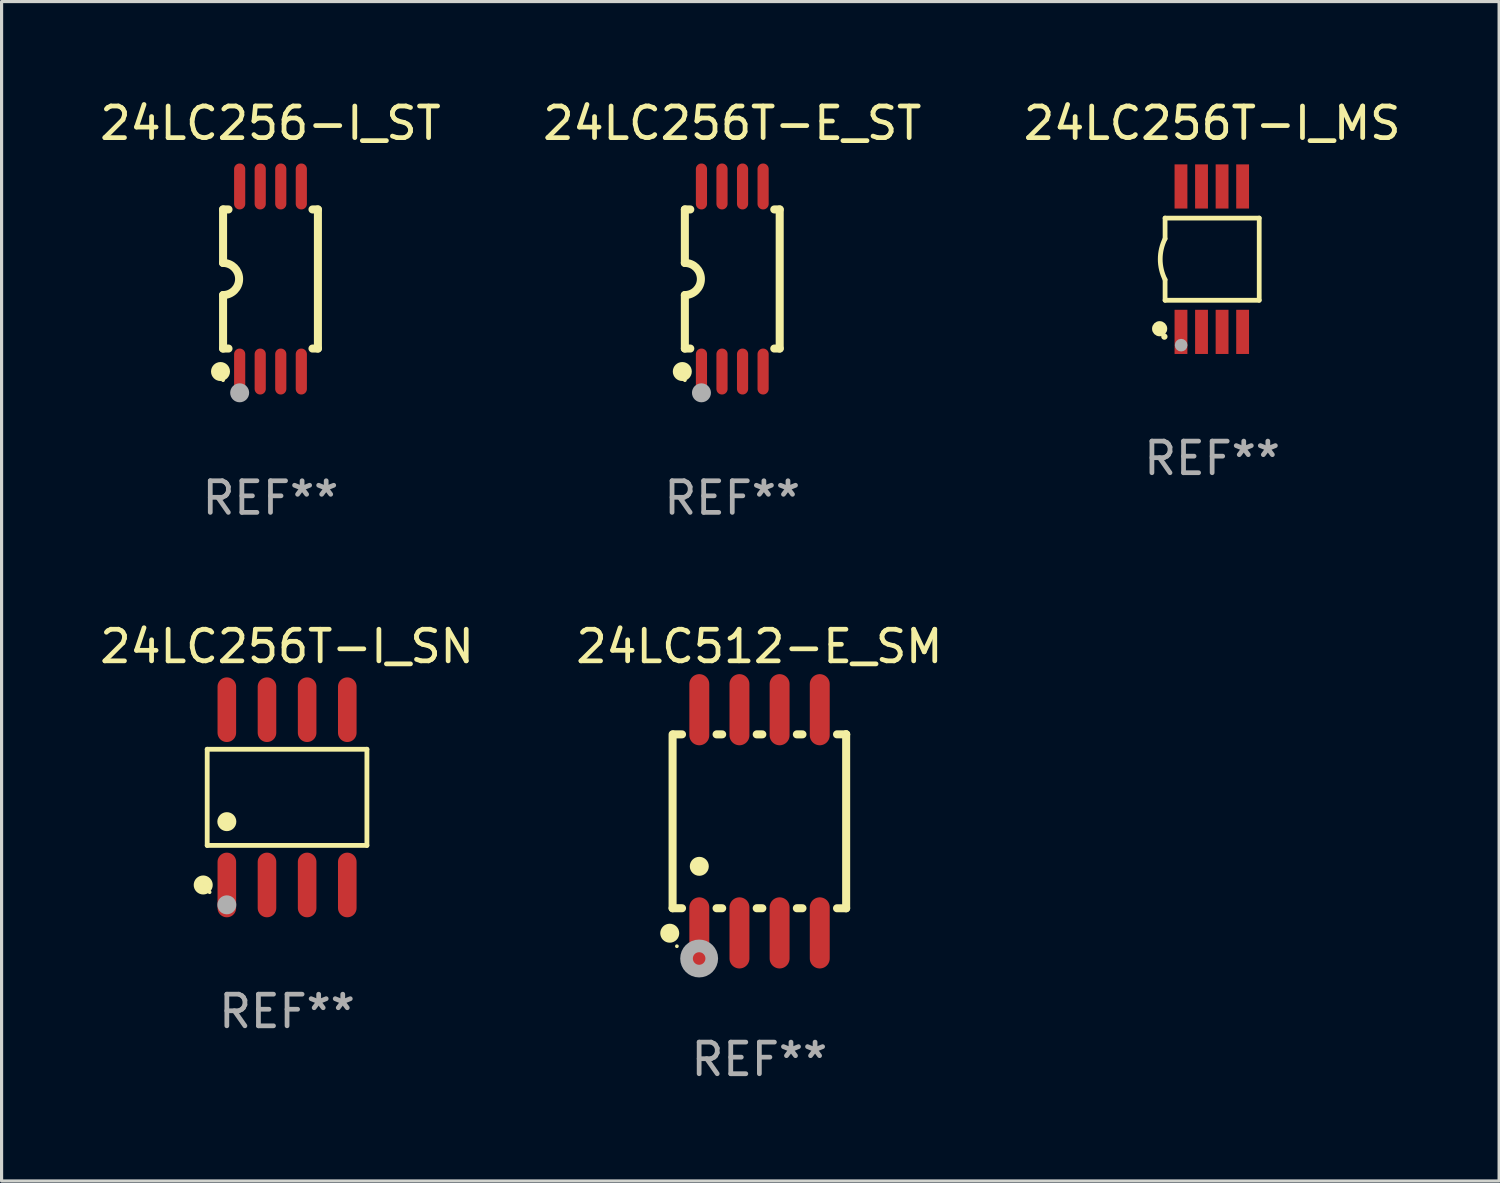
<source format=kicad_pcb>
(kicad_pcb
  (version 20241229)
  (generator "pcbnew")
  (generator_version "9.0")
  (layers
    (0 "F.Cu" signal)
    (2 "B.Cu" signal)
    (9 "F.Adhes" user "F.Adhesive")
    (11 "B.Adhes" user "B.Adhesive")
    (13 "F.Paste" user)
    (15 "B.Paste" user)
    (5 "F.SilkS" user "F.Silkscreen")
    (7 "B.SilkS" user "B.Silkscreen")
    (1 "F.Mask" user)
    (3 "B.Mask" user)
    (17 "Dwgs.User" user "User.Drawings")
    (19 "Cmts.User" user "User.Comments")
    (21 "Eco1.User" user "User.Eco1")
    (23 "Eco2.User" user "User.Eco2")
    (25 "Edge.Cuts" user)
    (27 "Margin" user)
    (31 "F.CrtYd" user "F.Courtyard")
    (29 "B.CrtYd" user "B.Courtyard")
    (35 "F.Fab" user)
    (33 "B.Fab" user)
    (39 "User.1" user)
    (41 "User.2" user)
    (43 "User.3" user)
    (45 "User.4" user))
  (footprint "24LC256-I_ST"
    (layer "F.Cu")
    (at 5.506 5.775)
    (property "Reference" "24LC256-I_ST" (at 0 -4.927 0) (layer "F.SilkS") (effects (font (size 1 1) (thickness 0.15))))
    (attr through_hole)
    (fp_line (start -1.5 -2.2) (end -1.5 -0.508) (stroke (width 0.254) (type solid)) (layer "F.SilkS"))
    (fp_line (start -1.5 -2.2) (end -1.328 -2.2) (stroke (width 0.254) (type solid)) (layer "F.SilkS"))
    (fp_line (start -1.5 2.2) (end -1.5 0.508) (stroke (width 0.254) (type solid)) (layer "F.SilkS"))
    (fp_line (start -1.5 2.2) (end -1.328 2.2) (stroke (width 0.254) (type solid)) (layer "F.SilkS"))
    (fp_line (start 1.328 -2.2) (end 1.5 -2.2) (stroke (width 0.254) (type solid)) (layer "F.SilkS"))
    (fp_line (start 1.328 2.2) (end 1.5 2.2) (stroke (width 0.254) (type solid)) (layer "F.SilkS"))
    (fp_line (start 1.5 -2.2) (end 1.5 2.2) (stroke (width 0.254) (type solid)) (layer "F.SilkS"))
    (fp_arc (start -1.501144 -0.508) (mid -0.993143 -0.000571) (end -1.5 0.508001) (stroke (width 0.254001) (type solid)) (layer "F.SilkS"))
    (fp_circle (center -1.581 2.927) (end -1.431 2.927) (stroke (width 0.3) (type solid)) (fill no) (layer "F.SilkS"))
    (fp_circle (center -1.5 3.2) (end -1.47 3.2) (stroke (width 0.06) (type solid)) (fill no) (layer "F.SilkS"))
    (fp_circle (center -0.975 3.6) (end -0.825 3.6) (stroke (width 0.3) (type solid)) (fill no) (layer "F.Fab"))
    (fp_text user "REF**" (at 0 6.927 0) (layer "F.Fab") (effects (font (size 1 1) (thickness 0.15))))
    (pad "1" smd oval (at -0.975 2.927) (size 0.353 1.454) (layers "F.Cu" "F.Mask" "F.Paste"))
    (pad "2" smd oval (at -0.325 2.927) (size 0.353 1.454) (layers "F.Cu" "F.Mask" "F.Paste"))
    (pad "3" smd oval (at 0.325 2.927) (size 0.353 1.454) (layers "F.Cu" "F.Mask" "F.Paste"))
    (pad "4" smd oval (at 0.975 2.927) (size 0.353 1.454) (layers "F.Cu" "F.Mask" "F.Paste"))
    (pad "5" smd oval (at 0.975 -2.927) (size 0.353 1.454) (layers "F.Cu" "F.Mask" "F.Paste"))
    (pad "6" smd oval (at 0.325 -2.927) (size 0.353 1.454) (layers "F.Cu" "F.Mask" "F.Paste"))
    (pad "7" smd oval (at -0.325 -2.927) (size 0.353 1.454) (layers "F.Cu" "F.Mask" "F.Paste"))
    (pad "8" smd oval (at -0.975 -2.927) (size 0.353 1.454) (layers "F.Cu" "F.Mask" "F.Paste")))
  (footprint "24LC256T-E_ST"
    (layer "F.Cu")
    (at 20.113 5.775)
    (property "Reference" "24LC256T-E_ST" (at 0 -4.927 0) (layer "F.SilkS") (effects (font (size 1 1) (thickness 0.15))))
    (attr through_hole)
    (fp_line (start -1.5 -2.2) (end -1.5 -0.508) (stroke (width 0.254) (type solid)) (layer "F.SilkS"))
    (fp_line (start -1.5 -2.2) (end -1.328 -2.2) (stroke (width 0.254) (type solid)) (layer "F.SilkS"))
    (fp_line (start -1.5 2.2) (end -1.5 0.508) (stroke (width 0.254) (type solid)) (layer "F.SilkS"))
    (fp_line (start -1.5 2.2) (end -1.328 2.2) (stroke (width 0.254) (type solid)) (layer "F.SilkS"))
    (fp_line (start 1.328 -2.2) (end 1.5 -2.2) (stroke (width 0.254) (type solid)) (layer "F.SilkS"))
    (fp_line (start 1.328 2.2) (end 1.5 2.2) (stroke (width 0.254) (type solid)) (layer "F.SilkS"))
    (fp_line (start 1.5 -2.2) (end 1.5 2.2) (stroke (width 0.254) (type solid)) (layer "F.SilkS"))
    (fp_arc (start -1.501144 -0.508) (mid -0.993143 -0.000571) (end -1.5 0.508001) (stroke (width 0.254001) (type solid)) (layer "F.SilkS"))
    (fp_circle (center -1.581 2.927) (end -1.431 2.927) (stroke (width 0.3) (type solid)) (fill no) (layer "F.SilkS"))
    (fp_circle (center -1.5 3.2) (end -1.47 3.2) (stroke (width 0.06) (type solid)) (fill no) (layer "F.SilkS"))
    (fp_circle (center -0.975 3.6) (end -0.825 3.6) (stroke (width 0.3) (type solid)) (fill no) (layer "F.Fab"))
    (fp_text user "REF**" (at 0 6.927 0) (layer "F.Fab") (effects (font (size 1 1) (thickness 0.15))))
    (pad "1" smd oval (at -0.975 2.927) (size 0.353 1.454) (layers "F.Cu" "F.Mask" "F.Paste"))
    (pad "2" smd oval (at -0.325 2.927) (size 0.353 1.454) (layers "F.Cu" "F.Mask" "F.Paste"))
    (pad "3" smd oval (at 0.325 2.927) (size 0.353 1.454) (layers "F.Cu" "F.Mask" "F.Paste"))
    (pad "4" smd oval (at 0.975 2.927) (size 0.353 1.454) (layers "F.Cu" "F.Mask" "F.Paste"))
    (pad "5" smd oval (at 0.975 -2.927) (size 0.353 1.454) (layers "F.Cu" "F.Mask" "F.Paste"))
    (pad "6" smd oval (at 0.325 -2.927) (size 0.353 1.454) (layers "F.Cu" "F.Mask" "F.Paste"))
    (pad "7" smd oval (at -0.325 -2.927) (size 0.353 1.454) (layers "F.Cu" "F.Mask" "F.Paste"))
    (pad "8" smd oval (at -0.975 -2.927) (size 0.353 1.454) (layers "F.Cu" "F.Mask" "F.Paste")))
  (footprint "24LC256T-I_MS"
    (layer "F.Cu")
    (at 35.292 5.148)
    (property "Reference" "24LC256T-I_MS" (at 0 -4.3 0) (layer "F.SilkS") (effects (font (size 1 1) (thickness 0.15))))
    (attr through_hole)
    (fp_line (start -1.489 -1.3) (end -1.489 -0.648) (stroke (width 0.15) (type solid)) (layer "F.SilkS"))
    (fp_line (start -1.489 0.648) (end -1.489 1.3) (stroke (width 0.15) (type solid)) (layer "F.SilkS"))
    (fp_line (start -1.489 1.3) (end 1.489 1.3) (stroke (width 0.15) (type solid)) (layer "F.SilkS"))
    (fp_line (start 1.489 -1.3) (end -1.489 -1.3) (stroke (width 0.15) (type solid)) (layer "F.SilkS"))
    (fp_line (start 1.489 1.3) (end 1.489 -1.3) (stroke (width 0.15) (type solid)) (layer "F.SilkS"))
    (fp_arc (start -1.489205 0.647702) (mid -1.642107 0) (end -1.489205 -0.647701) (stroke (width 0.150013) (type solid)) (layer "F.SilkS"))
    (fp_circle (center -1.661 2.2) (end -1.541 2.2) (stroke (width 0.24) (type solid)) (fill no) (layer "F.SilkS"))
    (fp_circle (center -1.511 2.45) (end -1.461 2.45) (stroke (width 0.1) (type solid)) (fill no) (layer "F.SilkS"))
    (fp_circle (center -0.981 2.72) (end -0.881 2.72) (stroke (width 0.2) (type solid)) (fill no) (layer "F.Fab"))
    (fp_text user "REF**" (at 0 6.3 0) (layer "F.Fab") (effects (font (size 1 1) (thickness 0.15))))
    (pad "1" smd rect (at -0.986 2.3) (size 0.406 1.397) (layers "F.Cu" "F.Mask" "F.Paste"))
    (pad "2" smd rect (at -0.336 2.3) (size 0.406 1.397) (layers "F.Cu" "F.Mask" "F.Paste"))
    (pad "3" smd rect (at 0.314 2.3) (size 0.406 1.397) (layers "F.Cu" "F.Mask" "F.Paste"))
    (pad "4" smd rect (at 0.964 2.3) (size 0.406 1.397) (layers "F.Cu" "F.Mask" "F.Paste"))
    (pad "5" smd rect (at 0.964 -2.3) (size 0.406 1.397) (layers "F.Cu" "F.Mask" "F.Paste"))
    (pad "6" smd rect (at 0.314 -2.3) (size 0.406 1.397) (layers "F.Cu" "F.Mask" "F.Paste"))
    (pad "7" smd rect (at -0.336 -2.3) (size 0.406 1.397) (layers "F.Cu" "F.Mask" "F.Paste"))
    (pad "8" smd rect (at -0.986 -2.3) (size 0.406 1.397) (layers "F.Cu" "F.Mask" "F.Paste")))
  (footprint "24LC256T-I_SN"
    (layer "F.Cu")
    (at 6.03 22.171)
    (property "Reference" "24LC256T-I_SN" (at 0 -4.772 0) (layer "F.SilkS") (effects (font (size 1 1) (thickness 0.15))))
    (attr through_hole)
    (fp_line (start -2.526 -1.521) (end 2.526 -1.521) (stroke (width 0.152) (type solid)) (layer "F.SilkS"))
    (fp_line (start -2.526 1.521) (end -2.526 -1.521) (stroke (width 0.152) (type solid)) (layer "F.SilkS"))
    (fp_line (start 2.526 -1.521) (end 2.526 1.521) (stroke (width 0.152) (type solid)) (layer "F.SilkS"))
    (fp_line (start 2.526 1.521) (end -2.526 1.521) (stroke (width 0.152) (type solid)) (layer "F.SilkS"))
    (fp_circle (center -2.652 2.772) (end -2.501 2.772) (stroke (width 0.3) (type solid)) (fill no) (layer "F.SilkS"))
    (fp_circle (center -2.45 3) (end -2.42 3) (stroke (width 0.06) (type solid)) (fill no) (layer "F.SilkS"))
    (fp_circle (center -1.905 0.769) (end -1.755 0.769) (stroke (width 0.3) (type solid)) (fill no) (layer "F.SilkS"))
    (fp_circle (center -1.905 3.4) (end -1.755 3.4) (stroke (width 0.3) (type solid)) (fill no) (layer "F.Fab"))
    (fp_text user "REF**" (at 0 6.772 0) (layer "F.Fab") (effects (font (size 1 1) (thickness 0.15))))
    (pad "1" smd oval (at -1.905 2.772) (size 0.588 2.045) (layers "F.Cu" "F.Mask" "F.Paste"))
    (pad "2" smd oval (at -0.635 2.772) (size 0.588 2.045) (layers "F.Cu" "F.Mask" "F.Paste"))
    (pad "3" smd oval (at 0.635 2.772) (size 0.588 2.045) (layers "F.Cu" "F.Mask" "F.Paste"))
    (pad "4" smd oval (at 1.905 2.772) (size 0.588 2.045) (layers "F.Cu" "F.Mask" "F.Paste"))
    (pad "5" smd oval (at 1.905 -2.772) (size 0.588 2.045) (layers "F.Cu" "F.Mask" "F.Paste"))
    (pad "6" smd oval (at 0.635 -2.772) (size 0.588 2.045) (layers "F.Cu" "F.Mask" "F.Paste"))
    (pad "7" smd oval (at -0.635 -2.772) (size 0.588 2.045) (layers "F.Cu" "F.Mask" "F.Paste"))
    (pad "8" smd oval (at -1.905 -2.772) (size 0.588 2.045) (layers "F.Cu" "F.Mask" "F.Paste")))
  (footprint "24LC512-E_SM"
    (layer "F.Cu")
    (at 20.97 22.929)
    (property "Reference" "24LC512-E_SM" (at 0 -5.53 0) (layer "F.SilkS") (effects (font (size 1 1) (thickness 0.15))))
    (attr through_hole)
    (fp_line (start -2.745 -2.75) (end -2.745 2.75) (stroke (width 0.254) (type solid)) (layer "F.SilkS"))
    (fp_line (start -2.745 2.75) (end -2.446 2.75) (stroke (width 0.254) (type solid)) (layer "F.SilkS"))
    (fp_line (start -2.446 -2.75) (end -2.725 -2.75) (stroke (width 0.254) (type solid)) (layer "F.SilkS"))
    (fp_line (start -1.354 2.75) (end -1.176 2.75) (stroke (width 0.254) (type solid)) (layer "F.SilkS"))
    (fp_line (start -1.176 -2.75) (end -1.354 -2.75) (stroke (width 0.254) (type solid)) (layer "F.SilkS"))
    (fp_line (start -0.084 2.75) (end 0.094 2.75) (stroke (width 0.254) (type solid)) (layer "F.SilkS"))
    (fp_line (start 0.094 -2.75) (end -0.084 -2.75) (stroke (width 0.254) (type solid)) (layer "F.SilkS"))
    (fp_line (start 1.186 2.75) (end 1.364 2.75) (stroke (width 0.254) (type solid)) (layer "F.SilkS"))
    (fp_line (start 1.364 -2.75) (end 1.186 -2.75) (stroke (width 0.254) (type solid)) (layer "F.SilkS"))
    (fp_line (start 2.456 2.751) (end 2.745 2.751) (stroke (width 0.254) (type solid)) (layer "F.SilkS"))
    (fp_line (start 2.745 -2.751) (end 2.456 -2.751) (stroke (width 0.254) (type solid)) (layer "F.SilkS"))
    (fp_line (start 2.745 -2.751) (end 2.745 -2.751) (stroke (width 0.254) (type solid)) (layer "F.SilkS"))
    (fp_line (start 2.745 2.751) (end 2.745 -2.751) (stroke (width 0.254) (type solid)) (layer "F.SilkS"))
    (fp_circle (center -2.835 3.54) (end -2.685 3.54) (stroke (width 0.3) (type solid)) (fill no) (layer "F.SilkS"))
    (fp_circle (center -2.61 3.95) (end -2.58 3.95) (stroke (width 0.06) (type solid)) (fill no) (layer "F.SilkS"))
    (fp_circle (center -1.9 1.424) (end -1.75 1.424) (stroke (width 0.3) (type solid)) (fill no) (layer "F.SilkS"))
    (fp_circle (center -1.905 4.34) (end -1.706 4.34) (stroke (width 0.4) (type solid)) (fill no) (layer "F.Fab"))
    (fp_text user "REF**" (at 0 7.53 0) (layer "F.Fab") (effects (font (size 1 1) (thickness 0.15))))
    (pad "1" smd oval (at -1.9 3.53) (size 0.63 2.25) (layers "F.Cu" "F.Mask" "F.Paste"))
    (pad "2" smd oval (at -0.63 3.53) (size 0.63 2.25) (layers "F.Cu" "F.Mask" "F.Paste"))
    (pad "3" smd oval (at 0.64 3.53) (size 0.63 2.25) (layers "F.Cu" "F.Mask" "F.Paste"))
    (pad "4" smd oval (at 1.91 3.53) (size 0.63 2.25) (layers "F.Cu" "F.Mask" "F.Paste"))
    (pad "5" smd oval (at 1.91 -3.53) (size 0.63 2.25) (layers "F.Cu" "F.Mask" "F.Paste"))
    (pad "6" smd oval (at 0.64 -3.53) (size 0.63 2.25) (layers "F.Cu" "F.Mask" "F.Paste"))
    (pad "7" smd oval (at -0.63 -3.53) (size 0.63 2.25) (layers "F.Cu" "F.Mask" "F.Paste"))
    (pad "8" smd oval (at -1.9 -3.53) (size 0.63 2.25) (layers "F.Cu" "F.Mask" "F.Paste")))
  (gr_rect
    (start -3 -3)
    (end 44.369 34.307)
    (stroke (width 0.1) (type default))
    (fill no)
    (layer "Edge.Cuts")))
</source>
